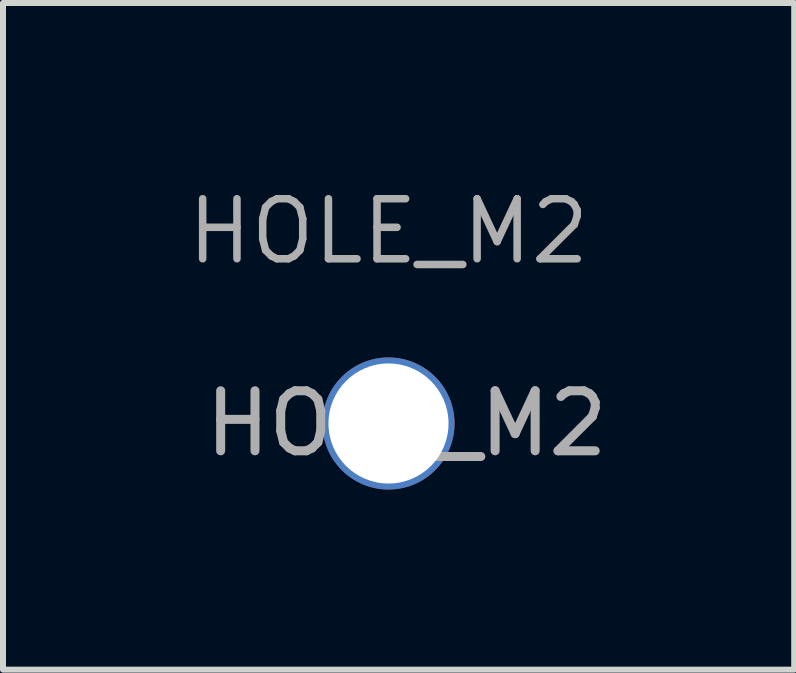
<source format=kicad_pcb>
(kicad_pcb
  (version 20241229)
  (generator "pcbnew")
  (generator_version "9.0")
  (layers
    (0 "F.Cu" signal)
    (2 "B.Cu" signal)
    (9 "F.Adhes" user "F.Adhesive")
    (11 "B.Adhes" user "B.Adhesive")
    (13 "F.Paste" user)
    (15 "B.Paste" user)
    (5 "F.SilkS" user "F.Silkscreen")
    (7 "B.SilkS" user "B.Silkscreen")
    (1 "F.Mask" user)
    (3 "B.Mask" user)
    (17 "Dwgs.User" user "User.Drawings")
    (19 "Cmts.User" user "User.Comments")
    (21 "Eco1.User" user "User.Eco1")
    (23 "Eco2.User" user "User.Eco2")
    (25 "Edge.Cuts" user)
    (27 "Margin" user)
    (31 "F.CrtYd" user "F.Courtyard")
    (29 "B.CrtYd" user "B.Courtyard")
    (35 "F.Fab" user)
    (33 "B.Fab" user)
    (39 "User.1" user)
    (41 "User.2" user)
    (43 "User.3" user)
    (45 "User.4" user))
  (footprint "HOLE_M2"
    (layer "F.Cu")
    (at 3.421 4.004)
    (property "Reference" "HOLE_M2" (at 0 -3.2 0) (layer "F.Fab") (effects (font (size 1 1) (thickness 0.000001))))
    (attr exclude_from_pos_files exclude_from_bom)
    (fp_text user "${REFERENCE}" (at 0.3 0 0) (layer "F.Fab") (effects (font (size 1 1) (thickness 0.15))))
    (pad "" np_thru_hole circle (at 0 0) (size 2.2 2.2) (drill 2) (layers "*.Cu" "*.Mask")))
  (gr_rect
    (start -3 -3)
    (end 10.179 8.104)
    (stroke (width 0.1) (type default))
    (fill no)
    (layer "Edge.Cuts")))
</source>
